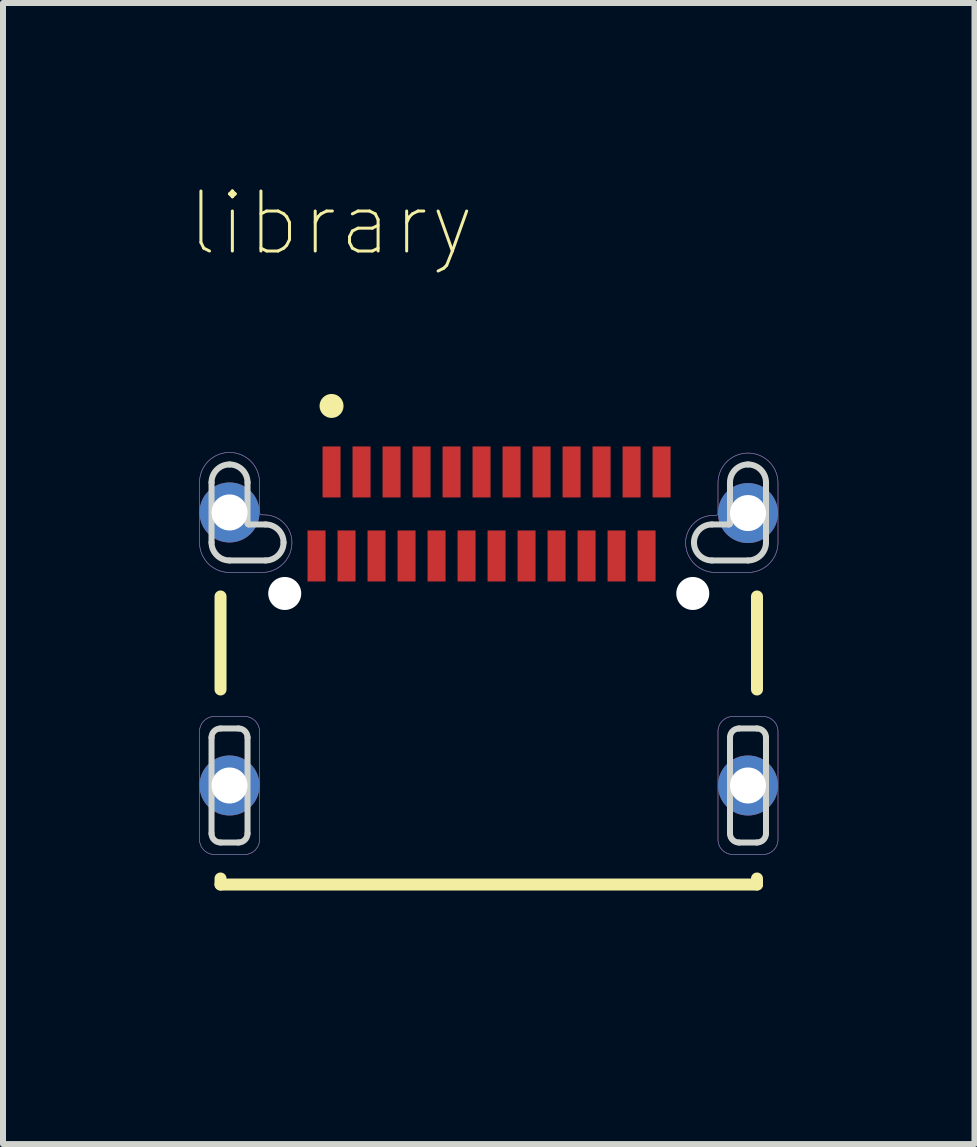
<source format=kicad_pcb>
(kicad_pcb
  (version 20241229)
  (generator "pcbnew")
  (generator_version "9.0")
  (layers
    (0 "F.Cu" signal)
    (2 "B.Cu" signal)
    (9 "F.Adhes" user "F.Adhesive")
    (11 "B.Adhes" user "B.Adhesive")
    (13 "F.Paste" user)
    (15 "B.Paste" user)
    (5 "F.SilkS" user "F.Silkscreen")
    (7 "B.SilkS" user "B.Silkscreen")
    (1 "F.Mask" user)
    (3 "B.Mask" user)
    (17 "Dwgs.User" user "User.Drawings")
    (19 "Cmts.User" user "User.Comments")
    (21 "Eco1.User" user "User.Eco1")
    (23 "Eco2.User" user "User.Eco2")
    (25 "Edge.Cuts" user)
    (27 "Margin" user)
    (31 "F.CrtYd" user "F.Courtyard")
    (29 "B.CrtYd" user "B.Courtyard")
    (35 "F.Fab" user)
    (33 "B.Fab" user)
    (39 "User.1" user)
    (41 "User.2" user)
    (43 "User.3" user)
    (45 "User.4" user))
  (footprint "library"
    (layer "F.Cu")
    (at 5.095 5.49)
    (property "Reference" "library" (at -2.63 -4.817 0) (layer "F.SilkS") (effects (font (size 1 1) (thickness 0.05))))
    (attr smd)
    (fp_poly (pts (xy -4.07 5.7) (xy -4.57 5.7) (xy -4.583 5.7) (xy -4.596 5.699) (xy -4.609 5.697) (xy -4.622 5.695) (xy -4.635 5.691) (xy -4.647 5.688) (xy -4.66 5.683) (xy -4.672 5.678) (xy -4.684 5.673) (xy -4.695 5.667) (xy -4.706 5.66) (xy -4.717 5.652) (xy -4.727 5.644) (xy -4.737 5.636) (xy -4.747 5.627) (xy -4.756 5.617) (xy -4.764 5.607) (xy -4.772 5.597) (xy -4.78 5.586) (xy -4.787 5.575) (xy -4.793 5.564) (xy -4.798 5.552) (xy -4.803 5.54) (xy -4.808 5.527) (xy -4.811 5.515) (xy -4.815 5.502) (xy -4.817 5.489) (xy -4.819 5.476) (xy -4.82 5.463) (xy -4.82 5.45) (xy -4.82 3.65) (xy -4.82 3.637) (xy -4.819 3.624) (xy -4.817 3.611) (xy -4.815 3.598) (xy -4.811 3.585) (xy -4.808 3.573) (xy -4.803 3.56) (xy -4.798 3.548) (xy -4.793 3.537) (xy -4.787 3.525) (xy -4.78 3.514) (xy -4.772 3.503) (xy -4.764 3.493) (xy -4.756 3.483) (xy -4.747 3.473) (xy -4.737 3.464) (xy -4.727 3.456) (xy -4.717 3.448) (xy -4.706 3.44) (xy -4.695 3.433) (xy -4.684 3.427) (xy -4.672 3.422) (xy -4.66 3.417) (xy -4.647 3.412) (xy -4.635 3.409) (xy -4.622 3.405) (xy -4.609 3.403) (xy -4.596 3.401) (xy -4.583 3.4) (xy -4.57 3.4) (xy -4.07 3.4) (xy -4.057 3.4) (xy -4.044 3.401) (xy -4.031 3.403) (xy -4.018 3.405) (xy -4.005 3.409) (xy -3.993 3.412) (xy -3.98 3.417) (xy -3.968 3.422) (xy -3.957 3.427) (xy -3.945 3.433) (xy -3.934 3.44) (xy -3.923 3.448) (xy -3.913 3.456) (xy -3.903 3.464) (xy -3.893 3.473) (xy -3.884 3.483) (xy -3.876 3.493) (xy -3.868 3.503) (xy -3.86 3.514) (xy -3.853 3.525) (xy -3.847 3.537) (xy -3.842 3.548) (xy -3.837 3.56) (xy -3.832 3.573) (xy -3.829 3.585) (xy -3.825 3.598) (xy -3.823 3.611) (xy -3.821 3.624) (xy -3.82 3.637) (xy -3.82 3.65) (xy -3.82 5.45) (xy -3.82 5.463) (xy -3.821 5.476) (xy -3.823 5.489) (xy -3.825 5.502) (xy -3.829 5.515) (xy -3.832 5.527) (xy -3.837 5.54) (xy -3.842 5.552) (xy -3.847 5.564) (xy -3.853 5.575) (xy -3.86 5.586) (xy -3.868 5.597) (xy -3.876 5.607) (xy -3.884 5.617) (xy -3.893 5.627) (xy -3.903 5.636) (xy -3.913 5.644) (xy -3.923 5.652) (xy -3.934 5.66) (xy -3.945 5.667) (xy -3.957 5.673) (xy -3.968 5.678) (xy -3.98 5.683) (xy -3.993 5.688) (xy -4.005 5.691) (xy -4.018 5.695) (xy -4.031 5.697) (xy -4.044 5.699) (xy -4.057 5.7)) (stroke (width 0.01) (type solid)) (fill no) (layer "F.Cu"))
    (fp_poly (pts (xy 4.57 5.7) (xy 4.07 5.7) (xy 4.057 5.7) (xy 4.044 5.699) (xy 4.031 5.697) (xy 4.018 5.695) (xy 4.005 5.691) (xy 3.993 5.688) (xy 3.98 5.683) (xy 3.968 5.678) (xy 3.957 5.673) (xy 3.945 5.667) (xy 3.934 5.66) (xy 3.923 5.652) (xy 3.913 5.644) (xy 3.903 5.636) (xy 3.893 5.627) (xy 3.884 5.617) (xy 3.876 5.607) (xy 3.868 5.597) (xy 3.86 5.586) (xy 3.853 5.575) (xy 3.847 5.564) (xy 3.842 5.552) (xy 3.837 5.54) (xy 3.832 5.527) (xy 3.829 5.515) (xy 3.825 5.502) (xy 3.823 5.489) (xy 3.821 5.476) (xy 3.82 5.463) (xy 3.82 5.45) (xy 3.82 3.65) (xy 3.82 3.637) (xy 3.821 3.624) (xy 3.823 3.611) (xy 3.825 3.598) (xy 3.829 3.585) (xy 3.832 3.573) (xy 3.837 3.56) (xy 3.842 3.548) (xy 3.847 3.537) (xy 3.853 3.525) (xy 3.86 3.514) (xy 3.868 3.503) (xy 3.876 3.493) (xy 3.884 3.483) (xy 3.893 3.473) (xy 3.903 3.464) (xy 3.913 3.456) (xy 3.923 3.448) (xy 3.934 3.44) (xy 3.945 3.433) (xy 3.957 3.427) (xy 3.968 3.422) (xy 3.98 3.417) (xy 3.993 3.412) (xy 4.005 3.409) (xy 4.018 3.405) (xy 4.031 3.403) (xy 4.044 3.401) (xy 4.057 3.4) (xy 4.07 3.4) (xy 4.57 3.4) (xy 4.583 3.4) (xy 4.596 3.401) (xy 4.609 3.403) (xy 4.622 3.405) (xy 4.635 3.409) (xy 4.647 3.412) (xy 4.66 3.417) (xy 4.672 3.422) (xy 4.684 3.427) (xy 4.695 3.433) (xy 4.706 3.44) (xy 4.717 3.448) (xy 4.727 3.456) (xy 4.737 3.464) (xy 4.747 3.473) (xy 4.756 3.483) (xy 4.764 3.493) (xy 4.772 3.503) (xy 4.78 3.514) (xy 4.787 3.525) (xy 4.793 3.537) (xy 4.798 3.548) (xy 4.803 3.56) (xy 4.808 3.573) (xy 4.811 3.585) (xy 4.815 3.598) (xy 4.817 3.611) (xy 4.819 3.624) (xy 4.82 3.637) (xy 4.82 3.65) (xy 4.82 5.45) (xy 4.82 5.463) (xy 4.819 5.476) (xy 4.817 5.489) (xy 4.815 5.502) (xy 4.811 5.515) (xy 4.808 5.527) (xy 4.803 5.54) (xy 4.798 5.552) (xy 4.793 5.564) (xy 4.787 5.575) (xy 4.78 5.586) (xy 4.772 5.597) (xy 4.764 5.607) (xy 4.756 5.617) (xy 4.747 5.627) (xy 4.737 5.636) (xy 4.727 5.644) (xy 4.717 5.652) (xy 4.706 5.66) (xy 4.695 5.667) (xy 4.684 5.673) (xy 4.672 5.678) (xy 4.66 5.683) (xy 4.647 5.688) (xy 4.635 5.691) (xy 4.622 5.695) (xy 4.609 5.697) (xy 4.596 5.699) (xy 4.583 5.7)) (stroke (width 0.01) (type solid)) (fill no) (layer "F.Cu"))
    (fp_poly (pts (xy 4.82 0.5) (xy 4.82 -0.49) (xy 4.819 -0.516) (xy 4.817 -0.542) (xy 4.814 -0.568) (xy 4.809 -0.594) (xy 4.803 -0.619) (xy 4.796 -0.645) (xy 4.787 -0.669) (xy 4.777 -0.693) (xy 4.766 -0.717) (xy 4.753 -0.74) (xy 4.739 -0.762) (xy 4.725 -0.784) (xy 4.709 -0.805) (xy 4.692 -0.825) (xy 4.674 -0.844) (xy 4.655 -0.862) (xy 4.635 -0.879) (xy 4.614 -0.895) (xy 4.592 -0.909) (xy 4.57 -0.923) (xy 4.547 -0.936) (xy 4.523 -0.947) (xy 4.499 -0.957) (xy 4.475 -0.966) (xy 4.449 -0.973) (xy 4.424 -0.979) (xy 4.398 -0.984) (xy 4.372 -0.987) (xy 4.346 -0.989) (xy 4.32 -0.99) (xy 4.294 -0.989) (xy 4.268 -0.987) (xy 4.242 -0.984) (xy 4.216 -0.979) (xy 4.191 -0.973) (xy 4.165 -0.966) (xy 4.141 -0.957) (xy 4.117 -0.947) (xy 4.093 -0.936) (xy 4.07 -0.923) (xy 4.048 -0.909) (xy 4.026 -0.895) (xy 4.005 -0.879) (xy 3.985 -0.862) (xy 3.966 -0.844) (xy 3.948 -0.825) (xy 3.931 -0.805) (xy 3.915 -0.784) (xy 3.901 -0.762) (xy 3.887 -0.74) (xy 3.874 -0.717) (xy 3.863 -0.693) (xy 3.853 -0.669) (xy 3.844 -0.645) (xy 3.837 -0.619) (xy 3.831 -0.594) (xy 3.826 -0.568) (xy 3.823 -0.542) (xy 3.821 -0.516) (xy 3.82 -0.49) (xy 3.82 0.01) (xy 3.82 0.012) (xy 3.82 0.014) (xy 3.82 0.016) (xy 3.819 0.018) (xy 3.819 0.02) (xy 3.818 0.022) (xy 3.817 0.024) (xy 3.817 0.026) (xy 3.816 0.028) (xy 3.815 0.03) (xy 3.814 0.032) (xy 3.812 0.034) (xy 3.811 0.035) (xy 3.81 0.037) (xy 3.808 0.038) (xy 3.807 0.04) (xy 3.805 0.041) (xy 3.804 0.042) (xy 3.802 0.044) (xy 3.8 0.045) (xy 3.798 0.046) (xy 3.796 0.047) (xy 3.794 0.047) (xy 3.792 0.048) (xy 3.79 0.049) (xy 3.788 0.049) (xy 3.786 0.05) (xy 3.784 0.05) (xy 3.782 0.05) (xy 3.78 0.05) (xy 3.74 0.05) (xy 3.719 0.05) (xy 3.695 0.052) (xy 3.672 0.054) (xy 3.648 0.058) (xy 3.625 0.063) (xy 3.602 0.07) (xy 3.579 0.077) (xy 3.557 0.086) (xy 3.536 0.096) (xy 3.514 0.107) (xy 3.494 0.119) (xy 3.474 0.132) (xy 3.455 0.146) (xy 3.436 0.162) (xy 3.419 0.178) (xy 3.402 0.195) (xy 3.386 0.213) (xy 3.372 0.231) (xy 3.358 0.251) (xy 3.345 0.271) (xy 3.333 0.291) (xy 3.323 0.313) (xy 3.313 0.335) (xy 3.305 0.357) (xy 3.298 0.38) (xy 3.292 0.403) (xy 3.287 0.426) (xy 3.283 0.45) (xy 3.281 0.473) (xy 3.28 0.5) (xy 3.281 0.526) (xy 3.283 0.552) (xy 3.286 0.578) (xy 3.291 0.604) (xy 3.297 0.629) (xy 3.304 0.655) (xy 3.313 0.679) (xy 3.323 0.703) (xy 3.334 0.727) (xy 3.347 0.75) (xy 3.361 0.772) (xy 3.375 0.794) (xy 3.391 0.815) (xy 3.408 0.835) (xy 3.426 0.854) (xy 3.445 0.872) (xy 3.465 0.889) (xy 3.486 0.905) (xy 3.508 0.919) (xy 3.53 0.933) (xy 3.553 0.946) (xy 3.577 0.957) (xy 3.601 0.967) (xy 3.625 0.976) (xy 3.651 0.983) (xy 3.676 0.989) (xy 3.702 0.994) (xy 3.728 0.997) (xy 3.754 0.999) (xy 3.78 1) (xy 4.32 1) (xy 4.346 0.999) (xy 4.372 0.997) (xy 4.398 0.994) (xy 4.424 0.989) (xy 4.449 0.983) (xy 4.475 0.976) (xy 4.499 0.967) (xy 4.523 0.957) (xy 4.547 0.946) (xy 4.57 0.933) (xy 4.592 0.919) (xy 4.614 0.905) (xy 4.635 0.889) (xy 4.655 0.872) (xy 4.674 0.854) (xy 4.692 0.835) (xy 4.709 0.815) (xy 4.725 0.794) (xy 4.739 0.772) (xy 4.753 0.75) (xy 4.766 0.727) (xy 4.777 0.703) (xy 4.787 0.679) (xy 4.796 0.655) (xy 4.803 0.629) (xy 4.809 0.604) (xy 4.814 0.578) (xy 4.817 0.552) (xy 4.819 0.526)) (stroke (width 0.01) (type solid)) (fill no) (layer "F.Cu"))
    (fp_poly (pts (xy -4.82 0) (xy -4.82 -0.5) (xy -4.819 -0.526) (xy -4.817 -0.552) (xy -4.814 -0.578) (xy -4.809 -0.604) (xy -4.803 -0.629) (xy -4.796 -0.655) (xy -4.787 -0.679) (xy -4.777 -0.703) (xy -4.766 -0.727) (xy -4.753 -0.75) (xy -4.739 -0.772) (xy -4.725 -0.794) (xy -4.709 -0.815) (xy -4.692 -0.835) (xy -4.674 -0.854) (xy -4.655 -0.872) (xy -4.635 -0.889) (xy -4.614 -0.905) (xy -4.592 -0.919) (xy -4.57 -0.933) (xy -4.547 -0.946) (xy -4.523 -0.957) (xy -4.499 -0.967) (xy -4.475 -0.976) (xy -4.449 -0.983) (xy -4.424 -0.989) (xy -4.398 -0.994) (xy -4.372 -0.997) (xy -4.346 -0.999) (xy -4.32 -1) (xy -4.294 -0.999) (xy -4.268 -0.997) (xy -4.242 -0.994) (xy -4.216 -0.989) (xy -4.191 -0.983) (xy -4.165 -0.976) (xy -4.141 -0.967) (xy -4.117 -0.957) (xy -4.093 -0.946) (xy -4.07 -0.933) (xy -4.048 -0.919) (xy -4.026 -0.905) (xy -4.005 -0.889) (xy -3.985 -0.872) (xy -3.966 -0.854) (xy -3.948 -0.835) (xy -3.931 -0.815) (xy -3.915 -0.794) (xy -3.901 -0.772) (xy -3.887 -0.75) (xy -3.874 -0.727) (xy -3.863 -0.703) (xy -3.853 -0.679) (xy -3.844 -0.655) (xy -3.837 -0.629) (xy -3.831 -0.604) (xy -3.826 -0.578) (xy -3.823 -0.552) (xy -3.821 -0.526) (xy -3.82 -0.5) (xy -3.82 0) (xy -3.82 0.002) (xy -3.82 0.004) (xy -3.82 0.006) (xy -3.819 0.008) (xy -3.819 0.01) (xy -3.818 0.012) (xy -3.817 0.014) (xy -3.817 0.016) (xy -3.816 0.018) (xy -3.815 0.02) (xy -3.814 0.022) (xy -3.812 0.024) (xy -3.811 0.025) (xy -3.81 0.027) (xy -3.808 0.028) (xy -3.807 0.03) (xy -3.805 0.031) (xy -3.804 0.032) (xy -3.802 0.034) (xy -3.8 0.035) (xy -3.798 0.036) (xy -3.796 0.037) (xy -3.794 0.037) (xy -3.792 0.038) (xy -3.79 0.039) (xy -3.788 0.039) (xy -3.786 0.04) (xy -3.784 0.04) (xy -3.782 0.04) (xy -3.78 0.04) (xy -3.74 0.04) (xy -3.716 0.041) (xy -3.692 0.043) (xy -3.668 0.046) (xy -3.644 0.05) (xy -3.621 0.056) (xy -3.598 0.063) (xy -3.575 0.071) (xy -3.553 0.08) (xy -3.531 0.09) (xy -3.51 0.102) (xy -3.489 0.114) (xy -3.47 0.128) (xy -3.451 0.143) (xy -3.432 0.158) (xy -3.415 0.175) (xy -3.398 0.192) (xy -3.383 0.211) (xy -3.368 0.23) (xy -3.354 0.249) (xy -3.342 0.27) (xy -3.33 0.291) (xy -3.32 0.313) (xy -3.311 0.335) (xy -3.303 0.358) (xy -3.296 0.381) (xy -3.29 0.404) (xy -3.286 0.428) (xy -3.283 0.452) (xy -3.281 0.476) (xy -3.28 0.5) (xy -3.281 0.526) (xy -3.283 0.552) (xy -3.286 0.578) (xy -3.291 0.604) (xy -3.297 0.629) (xy -3.304 0.655) (xy -3.313 0.679) (xy -3.323 0.703) (xy -3.334 0.727) (xy -3.347 0.75) (xy -3.361 0.772) (xy -3.375 0.794) (xy -3.391 0.815) (xy -3.408 0.835) (xy -3.426 0.854) (xy -3.445 0.872) (xy -3.465 0.889) (xy -3.486 0.905) (xy -3.508 0.919) (xy -3.53 0.933) (xy -3.553 0.946) (xy -3.577 0.957) (xy -3.601 0.967) (xy -3.625 0.976) (xy -3.651 0.983) (xy -3.676 0.989) (xy -3.702 0.994) (xy -3.728 0.997) (xy -3.754 0.999) (xy -3.78 1) (xy -4.32 1) (xy -4.346 0.999) (xy -4.372 0.997) (xy -4.398 0.994) (xy -4.424 0.989) (xy -4.449 0.983) (xy -4.475 0.976) (xy -4.499 0.967) (xy -4.523 0.957) (xy -4.547 0.946) (xy -4.57 0.933) (xy -4.592 0.919) (xy -4.614 0.905) (xy -4.635 0.889) (xy -4.655 0.872) (xy -4.674 0.854) (xy -4.692 0.835) (xy -4.709 0.815) (xy -4.725 0.794) (xy -4.739 0.772) (xy -4.753 0.75) (xy -4.766 0.727) (xy -4.777 0.703) (xy -4.787 0.679) (xy -4.796 0.655) (xy -4.803 0.629) (xy -4.809 0.604) (xy -4.814 0.578) (xy -4.817 0.552) (xy -4.819 0.526) (xy -4.82 0.5)) (stroke (width 0.01) (type solid)) (fill no) (layer "F.Cu"))
    (fp_poly (pts (xy -3.02 0.3) (xy -2.72 0.3) (xy -2.72 1.15) (xy -3.02 1.15)) (stroke (width 0.1) (type solid)) (fill no) (layer "F.Mask"))
    (fp_poly (pts (xy -2.77 -1.1) (xy -2.47 -1.1) (xy -2.47 -0.25) (xy -2.77 -0.25)) (stroke (width 0.1) (type solid)) (fill no) (layer "F.Mask"))
    (fp_poly (pts (xy -2.52 0.3) (xy -2.22 0.3) (xy -2.22 1.15) (xy -2.52 1.15)) (stroke (width 0.1) (type solid)) (fill no) (layer "F.Mask"))
    (fp_poly (pts (xy -2.27 -1.1) (xy -1.97 -1.1) (xy -1.97 -0.25) (xy -2.27 -0.25)) (stroke (width 0.1) (type solid)) (fill no) (layer "F.Mask"))
    (fp_poly (pts (xy -2.02 0.3) (xy -1.72 0.3) (xy -1.72 1.15) (xy -2.02 1.15)) (stroke (width 0.1) (type solid)) (fill no) (layer "F.Mask"))
    (fp_poly (pts (xy -1.77 -1.1) (xy -1.47 -1.1) (xy -1.47 -0.25) (xy -1.77 -0.25)) (stroke (width 0.1) (type solid)) (fill no) (layer "F.Mask"))
    (fp_poly (pts (xy -1.52 0.3) (xy -1.22 0.3) (xy -1.22 1.15) (xy -1.52 1.15)) (stroke (width 0.1) (type solid)) (fill no) (layer "F.Mask"))
    (fp_poly (pts (xy -1.27 -1.1) (xy -0.97 -1.1) (xy -0.97 -0.25) (xy -1.27 -0.25)) (stroke (width 0.1) (type solid)) (fill no) (layer "F.Mask"))
    (fp_poly (pts (xy -1.02 0.3) (xy -0.72 0.3) (xy -0.72 1.15) (xy -1.02 1.15)) (stroke (width 0.1) (type solid)) (fill no) (layer "F.Mask"))
    (fp_poly (pts (xy -0.77 -1.1) (xy -0.47 -1.1) (xy -0.47 -0.25) (xy -0.77 -0.25)) (stroke (width 0.1) (type solid)) (fill no) (layer "F.Mask"))
    (fp_poly (pts (xy -0.52 0.3) (xy -0.22 0.3) (xy -0.22 1.15) (xy -0.52 1.15)) (stroke (width 0.1) (type solid)) (fill no) (layer "F.Mask"))
    (fp_poly (pts (xy -0.27 -1.1) (xy 0.03 -1.1) (xy 0.03 -0.25) (xy -0.27 -0.25)) (stroke (width 0.1) (type solid)) (fill no) (layer "F.Mask"))
    (fp_poly (pts (xy -0.02 0.3) (xy 0.28 0.3) (xy 0.28 1.15) (xy -0.02 1.15)) (stroke (width 0.1) (type solid)) (fill no) (layer "F.Mask"))
    (fp_poly (pts (xy 0.23 -1.1) (xy 0.53 -1.1) (xy 0.53 -0.25) (xy 0.23 -0.25)) (stroke (width 0.1) (type solid)) (fill no) (layer "F.Mask"))
    (fp_poly (pts (xy 0.48 0.3) (xy 0.78 0.3) (xy 0.78 1.15) (xy 0.48 1.15)) (stroke (width 0.1) (type solid)) (fill no) (layer "F.Mask"))
    (fp_poly (pts (xy 0.73 -1.1) (xy 1.03 -1.1) (xy 1.03 -0.25) (xy 0.73 -0.25)) (stroke (width 0.1) (type solid)) (fill no) (layer "F.Mask"))
    (fp_poly (pts (xy 0.98 0.3) (xy 1.28 0.3) (xy 1.28 1.15) (xy 0.98 1.15)) (stroke (width 0.1) (type solid)) (fill no) (layer "F.Mask"))
    (fp_poly (pts (xy 1.23 -1.1) (xy 1.53 -1.1) (xy 1.53 -0.25) (xy 1.23 -0.25)) (stroke (width 0.1) (type solid)) (fill no) (layer "F.Mask"))
    (fp_poly (pts (xy 1.48 0.3) (xy 1.78 0.3) (xy 1.78 1.15) (xy 1.48 1.15)) (stroke (width 0.1) (type solid)) (fill no) (layer "F.Mask"))
    (fp_poly (pts (xy 1.73 -1.1) (xy 2.03 -1.1) (xy 2.03 -0.25) (xy 1.73 -0.25)) (stroke (width 0.1) (type solid)) (fill no) (layer "F.Mask"))
    (fp_poly (pts (xy 1.98 0.3) (xy 2.28 0.3) (xy 2.28 1.15) (xy 1.98 1.15)) (stroke (width 0.1) (type solid)) (fill no) (layer "F.Mask"))
    (fp_poly (pts (xy 2.23 -1.1) (xy 2.53 -1.1) (xy 2.53 -0.25) (xy 2.23 -0.25)) (stroke (width 0.1) (type solid)) (fill no) (layer "F.Mask"))
    (fp_poly (pts (xy 2.48 0.3) (xy 2.78 0.3) (xy 2.78 1.15) (xy 2.48 1.15)) (stroke (width 0.1) (type solid)) (fill no) (layer "F.Mask"))
    (fp_poly (pts (xy 2.73 -1.1) (xy 3.03 -1.1) (xy 3.03 -0.25) (xy 2.73 -0.25)) (stroke (width 0.1) (type solid)) (fill no) (layer "F.Mask"))
    (fp_poly (pts (xy -4.07 5.7) (xy -4.57 5.7) (xy -4.583 5.7) (xy -4.596 5.699) (xy -4.609 5.697) (xy -4.622 5.695) (xy -4.635 5.691) (xy -4.647 5.688) (xy -4.66 5.683) (xy -4.672 5.678) (xy -4.684 5.673) (xy -4.695 5.667) (xy -4.706 5.66) (xy -4.717 5.652) (xy -4.727 5.644) (xy -4.737 5.636) (xy -4.747 5.627) (xy -4.756 5.617) (xy -4.764 5.607) (xy -4.772 5.597) (xy -4.78 5.586) (xy -4.787 5.575) (xy -4.793 5.564) (xy -4.798 5.552) (xy -4.803 5.54) (xy -4.808 5.527) (xy -4.811 5.515) (xy -4.815 5.502) (xy -4.817 5.489) (xy -4.819 5.476) (xy -4.82 5.463) (xy -4.82 5.45) (xy -4.82 3.65) (xy -4.82 3.637) (xy -4.819 3.624) (xy -4.817 3.611) (xy -4.815 3.598) (xy -4.811 3.585) (xy -4.808 3.573) (xy -4.803 3.56) (xy -4.798 3.548) (xy -4.793 3.537) (xy -4.787 3.525) (xy -4.78 3.514) (xy -4.772 3.503) (xy -4.764 3.493) (xy -4.756 3.483) (xy -4.747 3.473) (xy -4.737 3.464) (xy -4.727 3.456) (xy -4.717 3.448) (xy -4.706 3.44) (xy -4.695 3.433) (xy -4.684 3.427) (xy -4.672 3.422) (xy -4.66 3.417) (xy -4.647 3.412) (xy -4.635 3.409) (xy -4.622 3.405) (xy -4.609 3.403) (xy -4.596 3.401) (xy -4.583 3.4) (xy -4.57 3.4) (xy -4.07 3.4) (xy -4.057 3.4) (xy -4.044 3.401) (xy -4.031 3.403) (xy -4.018 3.405) (xy -4.005 3.409) (xy -3.993 3.412) (xy -3.98 3.417) (xy -3.968 3.422) (xy -3.957 3.427) (xy -3.945 3.433) (xy -3.934 3.44) (xy -3.923 3.448) (xy -3.913 3.456) (xy -3.903 3.464) (xy -3.893 3.473) (xy -3.884 3.483) (xy -3.876 3.493) (xy -3.868 3.503) (xy -3.86 3.514) (xy -3.853 3.525) (xy -3.847 3.537) (xy -3.842 3.548) (xy -3.837 3.56) (xy -3.832 3.573) (xy -3.829 3.585) (xy -3.825 3.598) (xy -3.823 3.611) (xy -3.821 3.624) (xy -3.82 3.637) (xy -3.82 3.65) (xy -3.82 5.45) (xy -3.82 5.463) (xy -3.821 5.476) (xy -3.823 5.489) (xy -3.825 5.502) (xy -3.829 5.515) (xy -3.832 5.527) (xy -3.837 5.54) (xy -3.842 5.552) (xy -3.847 5.564) (xy -3.853 5.575) (xy -3.86 5.586) (xy -3.868 5.597) (xy -3.876 5.607) (xy -3.884 5.617) (xy -3.893 5.627) (xy -3.903 5.636) (xy -3.913 5.644) (xy -3.923 5.652) (xy -3.934 5.66) (xy -3.945 5.667) (xy -3.957 5.673) (xy -3.968 5.678) (xy -3.98 5.683) (xy -3.993 5.688) (xy -4.005 5.691) (xy -4.018 5.695) (xy -4.031 5.697) (xy -4.044 5.699) (xy -4.057 5.7)) (stroke (width 0.01) (type solid)) (fill no) (layer "F.Mask"))
    (fp_poly (pts (xy 4.57 5.7) (xy 4.07 5.7) (xy 4.057 5.7) (xy 4.044 5.699) (xy 4.031 5.697) (xy 4.018 5.695) (xy 4.005 5.691) (xy 3.993 5.688) (xy 3.98 5.683) (xy 3.968 5.678) (xy 3.957 5.673) (xy 3.945 5.667) (xy 3.934 5.66) (xy 3.923 5.652) (xy 3.913 5.644) (xy 3.903 5.636) (xy 3.893 5.627) (xy 3.884 5.617) (xy 3.876 5.607) (xy 3.868 5.597) (xy 3.86 5.586) (xy 3.853 5.575) (xy 3.847 5.564) (xy 3.842 5.552) (xy 3.837 5.54) (xy 3.832 5.527) (xy 3.829 5.515) (xy 3.825 5.502) (xy 3.823 5.489) (xy 3.821 5.476) (xy 3.82 5.463) (xy 3.82 5.45) (xy 3.82 3.65) (xy 3.82 3.637) (xy 3.821 3.624) (xy 3.823 3.611) (xy 3.825 3.598) (xy 3.829 3.585) (xy 3.832 3.573) (xy 3.837 3.56) (xy 3.842 3.548) (xy 3.847 3.537) (xy 3.853 3.525) (xy 3.86 3.514) (xy 3.868 3.503) (xy 3.876 3.493) (xy 3.884 3.483) (xy 3.893 3.473) (xy 3.903 3.464) (xy 3.913 3.456) (xy 3.923 3.448) (xy 3.934 3.44) (xy 3.945 3.433) (xy 3.957 3.427) (xy 3.968 3.422) (xy 3.98 3.417) (xy 3.993 3.412) (xy 4.005 3.409) (xy 4.018 3.405) (xy 4.031 3.403) (xy 4.044 3.401) (xy 4.057 3.4) (xy 4.07 3.4) (xy 4.57 3.4) (xy 4.583 3.4) (xy 4.596 3.401) (xy 4.609 3.403) (xy 4.622 3.405) (xy 4.635 3.409) (xy 4.647 3.412) (xy 4.66 3.417) (xy 4.672 3.422) (xy 4.684 3.427) (xy 4.695 3.433) (xy 4.706 3.44) (xy 4.717 3.448) (xy 4.727 3.456) (xy 4.737 3.464) (xy 4.747 3.473) (xy 4.756 3.483) (xy 4.764 3.493) (xy 4.772 3.503) (xy 4.78 3.514) (xy 4.787 3.525) (xy 4.793 3.537) (xy 4.798 3.548) (xy 4.803 3.56) (xy 4.808 3.573) (xy 4.811 3.585) (xy 4.815 3.598) (xy 4.817 3.611) (xy 4.819 3.624) (xy 4.82 3.637) (xy 4.82 3.65) (xy 4.82 5.45) (xy 4.82 5.463) (xy 4.819 5.476) (xy 4.817 5.489) (xy 4.815 5.502) (xy 4.811 5.515) (xy 4.808 5.527) (xy 4.803 5.54) (xy 4.798 5.552) (xy 4.793 5.564) (xy 4.787 5.575) (xy 4.78 5.586) (xy 4.772 5.597) (xy 4.764 5.607) (xy 4.756 5.617) (xy 4.747 5.627) (xy 4.737 5.636) (xy 4.727 5.644) (xy 4.717 5.652) (xy 4.706 5.66) (xy 4.695 5.667) (xy 4.684 5.673) (xy 4.672 5.678) (xy 4.66 5.683) (xy 4.647 5.688) (xy 4.635 5.691) (xy 4.622 5.695) (xy 4.609 5.697) (xy 4.596 5.699) (xy 4.583 5.7)) (stroke (width 0.01) (type solid)) (fill no) (layer "F.Mask"))
    (fp_poly (pts (xy 4.82 0.5) (xy 4.82 -0.49) (xy 4.819 -0.516) (xy 4.817 -0.542) (xy 4.814 -0.568) (xy 4.809 -0.594) (xy 4.803 -0.619) (xy 4.796 -0.645) (xy 4.787 -0.669) (xy 4.777 -0.693) (xy 4.766 -0.717) (xy 4.753 -0.74) (xy 4.739 -0.762) (xy 4.725 -0.784) (xy 4.709 -0.805) (xy 4.692 -0.825) (xy 4.674 -0.844) (xy 4.655 -0.862) (xy 4.635 -0.879) (xy 4.614 -0.895) (xy 4.592 -0.909) (xy 4.57 -0.923) (xy 4.547 -0.936) (xy 4.523 -0.947) (xy 4.499 -0.957) (xy 4.475 -0.966) (xy 4.449 -0.973) (xy 4.424 -0.979) (xy 4.398 -0.984) (xy 4.372 -0.987) (xy 4.346 -0.989) (xy 4.32 -0.99) (xy 4.294 -0.989) (xy 4.268 -0.987) (xy 4.242 -0.984) (xy 4.216 -0.979) (xy 4.191 -0.973) (xy 4.165 -0.966) (xy 4.141 -0.957) (xy 4.117 -0.947) (xy 4.093 -0.936) (xy 4.07 -0.923) (xy 4.048 -0.909) (xy 4.026 -0.895) (xy 4.005 -0.879) (xy 3.985 -0.862) (xy 3.966 -0.844) (xy 3.948 -0.825) (xy 3.931 -0.805) (xy 3.915 -0.784) (xy 3.901 -0.762) (xy 3.887 -0.74) (xy 3.874 -0.717) (xy 3.863 -0.693) (xy 3.853 -0.669) (xy 3.844 -0.645) (xy 3.837 -0.619) (xy 3.831 -0.594) (xy 3.826 -0.568) (xy 3.823 -0.542) (xy 3.821 -0.516) (xy 3.82 -0.49) (xy 3.82 0.01) (xy 3.82 0.012) (xy 3.82 0.014) (xy 3.82 0.016) (xy 3.819 0.018) (xy 3.819 0.02) (xy 3.818 0.022) (xy 3.817 0.024) (xy 3.817 0.026) (xy 3.816 0.028) (xy 3.815 0.03) (xy 3.814 0.032) (xy 3.812 0.034) (xy 3.811 0.035) (xy 3.81 0.037) (xy 3.808 0.038) (xy 3.807 0.04) (xy 3.805 0.041) (xy 3.804 0.042) (xy 3.802 0.044) (xy 3.8 0.045) (xy 3.798 0.046) (xy 3.796 0.047) (xy 3.794 0.047) (xy 3.792 0.048) (xy 3.79 0.049) (xy 3.788 0.049) (xy 3.786 0.05) (xy 3.784 0.05) (xy 3.782 0.05) (xy 3.78 0.05) (xy 3.74 0.05) (xy 3.719 0.05) (xy 3.695 0.052) (xy 3.672 0.054) (xy 3.648 0.058) (xy 3.625 0.063) (xy 3.602 0.07) (xy 3.579 0.077) (xy 3.557 0.086) (xy 3.536 0.096) (xy 3.514 0.107) (xy 3.494 0.119) (xy 3.474 0.132) (xy 3.455 0.146) (xy 3.436 0.162) (xy 3.419 0.178) (xy 3.402 0.195) (xy 3.386 0.213) (xy 3.372 0.231) (xy 3.358 0.251) (xy 3.345 0.271) (xy 3.333 0.291) (xy 3.323 0.313) (xy 3.313 0.335) (xy 3.305 0.357) (xy 3.298 0.38) (xy 3.292 0.403) (xy 3.287 0.426) (xy 3.283 0.45) (xy 3.281 0.473) (xy 3.28 0.5) (xy 3.281 0.526) (xy 3.283 0.552) (xy 3.286 0.578) (xy 3.291 0.604) (xy 3.297 0.629) (xy 3.304 0.655) (xy 3.313 0.679) (xy 3.323 0.703) (xy 3.334 0.727) (xy 3.347 0.75) (xy 3.361 0.772) (xy 3.375 0.794) (xy 3.391 0.815) (xy 3.408 0.835) (xy 3.426 0.854) (xy 3.445 0.872) (xy 3.465 0.889) (xy 3.486 0.905) (xy 3.508 0.919) (xy 3.53 0.933) (xy 3.553 0.946) (xy 3.577 0.957) (xy 3.601 0.967) (xy 3.625 0.976) (xy 3.651 0.983) (xy 3.676 0.989) (xy 3.702 0.994) (xy 3.728 0.997) (xy 3.754 0.999) (xy 3.78 1) (xy 4.32 1) (xy 4.346 0.999) (xy 4.372 0.997) (xy 4.398 0.994) (xy 4.424 0.989) (xy 4.449 0.983) (xy 4.475 0.976) (xy 4.499 0.967) (xy 4.523 0.957) (xy 4.547 0.946) (xy 4.57 0.933) (xy 4.592 0.919) (xy 4.614 0.905) (xy 4.635 0.889) (xy 4.655 0.872) (xy 4.674 0.854) (xy 4.692 0.835) (xy 4.709 0.815) (xy 4.725 0.794) (xy 4.739 0.772) (xy 4.753 0.75) (xy 4.766 0.727) (xy 4.777 0.703) (xy 4.787 0.679) (xy 4.796 0.655) (xy 4.803 0.629) (xy 4.809 0.604) (xy 4.814 0.578) (xy 4.817 0.552) (xy 4.819 0.526)) (stroke (width 0.01) (type solid)) (fill no) (layer "F.Mask"))
    (fp_poly (pts (xy -4.82 0) (xy -4.82 -0.5) (xy -4.819 -0.526) (xy -4.817 -0.552) (xy -4.814 -0.578) (xy -4.809 -0.604) (xy -4.803 -0.629) (xy -4.796 -0.655) (xy -4.787 -0.679) (xy -4.777 -0.703) (xy -4.766 -0.727) (xy -4.753 -0.75) (xy -4.739 -0.772) (xy -4.725 -0.794) (xy -4.709 -0.815) (xy -4.692 -0.835) (xy -4.674 -0.854) (xy -4.655 -0.872) (xy -4.635 -0.889) (xy -4.614 -0.905) (xy -4.592 -0.919) (xy -4.57 -0.933) (xy -4.547 -0.946) (xy -4.523 -0.957) (xy -4.499 -0.967) (xy -4.475 -0.976) (xy -4.449 -0.983) (xy -4.424 -0.989) (xy -4.398 -0.994) (xy -4.372 -0.997) (xy -4.346 -0.999) (xy -4.32 -1) (xy -4.294 -0.999) (xy -4.268 -0.997) (xy -4.242 -0.994) (xy -4.216 -0.989) (xy -4.191 -0.983) (xy -4.165 -0.976) (xy -4.141 -0.967) (xy -4.117 -0.957) (xy -4.093 -0.946) (xy -4.07 -0.933) (xy -4.048 -0.919) (xy -4.026 -0.905) (xy -4.005 -0.889) (xy -3.985 -0.872) (xy -3.966 -0.854) (xy -3.948 -0.835) (xy -3.931 -0.815) (xy -3.915 -0.794) (xy -3.901 -0.772) (xy -3.887 -0.75) (xy -3.874 -0.727) (xy -3.863 -0.703) (xy -3.853 -0.679) (xy -3.844 -0.655) (xy -3.837 -0.629) (xy -3.831 -0.604) (xy -3.826 -0.578) (xy -3.823 -0.552) (xy -3.821 -0.526) (xy -3.82 -0.5) (xy -3.82 0) (xy -3.82 0.002) (xy -3.82 0.004) (xy -3.82 0.006) (xy -3.819 0.008) (xy -3.819 0.01) (xy -3.818 0.012) (xy -3.817 0.014) (xy -3.817 0.016) (xy -3.816 0.018) (xy -3.815 0.02) (xy -3.814 0.022) (xy -3.812 0.024) (xy -3.811 0.025) (xy -3.81 0.027) (xy -3.808 0.028) (xy -3.807 0.03) (xy -3.805 0.031) (xy -3.804 0.032) (xy -3.802 0.034) (xy -3.8 0.035) (xy -3.798 0.036) (xy -3.796 0.037) (xy -3.794 0.037) (xy -3.792 0.038) (xy -3.79 0.039) (xy -3.788 0.039) (xy -3.786 0.04) (xy -3.784 0.04) (xy -3.782 0.04) (xy -3.78 0.04) (xy -3.74 0.04) (xy -3.716 0.041) (xy -3.692 0.043) (xy -3.668 0.046) (xy -3.644 0.05) (xy -3.621 0.056) (xy -3.598 0.063) (xy -3.575 0.071) (xy -3.553 0.08) (xy -3.531 0.09) (xy -3.51 0.102) (xy -3.489 0.114) (xy -3.47 0.128) (xy -3.451 0.143) (xy -3.432 0.158) (xy -3.415 0.175) (xy -3.398 0.192) (xy -3.383 0.211) (xy -3.368 0.23) (xy -3.354 0.249) (xy -3.342 0.27) (xy -3.33 0.291) (xy -3.32 0.313) (xy -3.311 0.335) (xy -3.303 0.358) (xy -3.296 0.381) (xy -3.29 0.404) (xy -3.286 0.428) (xy -3.283 0.452) (xy -3.281 0.476) (xy -3.28 0.5) (xy -3.281 0.526) (xy -3.283 0.552) (xy -3.286 0.578) (xy -3.291 0.604) (xy -3.297 0.629) (xy -3.304 0.655) (xy -3.313 0.679) (xy -3.323 0.703) (xy -3.334 0.727) (xy -3.347 0.75) (xy -3.361 0.772) (xy -3.375 0.794) (xy -3.391 0.815) (xy -3.408 0.835) (xy -3.426 0.854) (xy -3.445 0.872) (xy -3.465 0.889) (xy -3.486 0.905) (xy -3.508 0.919) (xy -3.53 0.933) (xy -3.553 0.946) (xy -3.577 0.957) (xy -3.601 0.967) (xy -3.625 0.976) (xy -3.651 0.983) (xy -3.676 0.989) (xy -3.702 0.994) (xy -3.728 0.997) (xy -3.754 0.999) (xy -3.78 1) (xy -4.32 1) (xy -4.346 0.999) (xy -4.372 0.997) (xy -4.398 0.994) (xy -4.424 0.989) (xy -4.449 0.983) (xy -4.475 0.976) (xy -4.499 0.967) (xy -4.523 0.957) (xy -4.547 0.946) (xy -4.57 0.933) (xy -4.592 0.919) (xy -4.614 0.905) (xy -4.635 0.889) (xy -4.655 0.872) (xy -4.674 0.854) (xy -4.692 0.835) (xy -4.709 0.815) (xy -4.725 0.794) (xy -4.739 0.772) (xy -4.753 0.75) (xy -4.766 0.727) (xy -4.777 0.703) (xy -4.787 0.679) (xy -4.796 0.655) (xy -4.803 0.629) (xy -4.809 0.604) (xy -4.814 0.578) (xy -4.817 0.552) (xy -4.819 0.526) (xy -4.82 0.5)) (stroke (width 0.01) (type solid)) (fill no) (layer "F.Mask"))
    (fp_poly (pts (xy -4.07 5.7) (xy -4.57 5.7) (xy -4.583 5.7) (xy -4.596 5.699) (xy -4.609 5.697) (xy -4.622 5.695) (xy -4.635 5.691) (xy -4.647 5.688) (xy -4.66 5.683) (xy -4.672 5.678) (xy -4.684 5.673) (xy -4.695 5.667) (xy -4.706 5.66) (xy -4.717 5.652) (xy -4.727 5.644) (xy -4.737 5.636) (xy -4.747 5.627) (xy -4.756 5.617) (xy -4.764 5.607) (xy -4.772 5.597) (xy -4.78 5.586) (xy -4.787 5.575) (xy -4.793 5.564) (xy -4.798 5.552) (xy -4.803 5.54) (xy -4.808 5.527) (xy -4.811 5.515) (xy -4.815 5.502) (xy -4.817 5.489) (xy -4.819 5.476) (xy -4.82 5.463) (xy -4.82 5.45) (xy -4.82 3.65) (xy -4.82 3.637) (xy -4.819 3.624) (xy -4.817 3.611) (xy -4.815 3.598) (xy -4.811 3.585) (xy -4.808 3.573) (xy -4.803 3.56) (xy -4.798 3.548) (xy -4.793 3.537) (xy -4.787 3.525) (xy -4.78 3.514) (xy -4.772 3.503) (xy -4.764 3.493) (xy -4.756 3.483) (xy -4.747 3.473) (xy -4.737 3.464) (xy -4.727 3.456) (xy -4.717 3.448) (xy -4.706 3.44) (xy -4.695 3.433) (xy -4.684 3.427) (xy -4.672 3.422) (xy -4.66 3.417) (xy -4.647 3.412) (xy -4.635 3.409) (xy -4.622 3.405) (xy -4.609 3.403) (xy -4.596 3.401) (xy -4.583 3.4) (xy -4.57 3.4) (xy -4.07 3.4) (xy -4.057 3.4) (xy -4.044 3.401) (xy -4.031 3.403) (xy -4.018 3.405) (xy -4.005 3.409) (xy -3.993 3.412) (xy -3.98 3.417) (xy -3.968 3.422) (xy -3.957 3.427) (xy -3.945 3.433) (xy -3.934 3.44) (xy -3.923 3.448) (xy -3.913 3.456) (xy -3.903 3.464) (xy -3.893 3.473) (xy -3.884 3.483) (xy -3.876 3.493) (xy -3.868 3.503) (xy -3.86 3.514) (xy -3.853 3.525) (xy -3.847 3.537) (xy -3.842 3.548) (xy -3.837 3.56) (xy -3.832 3.573) (xy -3.829 3.585) (xy -3.825 3.598) (xy -3.823 3.611) (xy -3.821 3.624) (xy -3.82 3.637) (xy -3.82 3.65) (xy -3.82 5.45) (xy -3.82 5.463) (xy -3.821 5.476) (xy -3.823 5.489) (xy -3.825 5.502) (xy -3.829 5.515) (xy -3.832 5.527) (xy -3.837 5.54) (xy -3.842 5.552) (xy -3.847 5.564) (xy -3.853 5.575) (xy -3.86 5.586) (xy -3.868 5.597) (xy -3.876 5.607) (xy -3.884 5.617) (xy -3.893 5.627) (xy -3.903 5.636) (xy -3.913 5.644) (xy -3.923 5.652) (xy -3.934 5.66) (xy -3.945 5.667) (xy -3.957 5.673) (xy -3.968 5.678) (xy -3.98 5.683) (xy -3.993 5.688) (xy -4.005 5.691) (xy -4.018 5.695) (xy -4.031 5.697) (xy -4.044 5.699) (xy -4.057 5.7)) (stroke (width 0.01) (type solid)) (fill no) (layer "B.Cu"))
    (fp_poly (pts (xy 4.57 5.7) (xy 4.07 5.7) (xy 4.057 5.7) (xy 4.044 5.699) (xy 4.031 5.697) (xy 4.018 5.695) (xy 4.005 5.691) (xy 3.993 5.688) (xy 3.98 5.683) (xy 3.968 5.678) (xy 3.957 5.673) (xy 3.945 5.667) (xy 3.934 5.66) (xy 3.923 5.652) (xy 3.913 5.644) (xy 3.903 5.636) (xy 3.893 5.627) (xy 3.884 5.617) (xy 3.876 5.607) (xy 3.868 5.597) (xy 3.86 5.586) (xy 3.853 5.575) (xy 3.847 5.564) (xy 3.842 5.552) (xy 3.837 5.54) (xy 3.832 5.527) (xy 3.829 5.515) (xy 3.825 5.502) (xy 3.823 5.489) (xy 3.821 5.476) (xy 3.82 5.463) (xy 3.82 5.45) (xy 3.82 3.65) (xy 3.82 3.637) (xy 3.821 3.624) (xy 3.823 3.611) (xy 3.825 3.598) (xy 3.829 3.585) (xy 3.832 3.573) (xy 3.837 3.56) (xy 3.842 3.548) (xy 3.847 3.537) (xy 3.853 3.525) (xy 3.86 3.514) (xy 3.868 3.503) (xy 3.876 3.493) (xy 3.884 3.483) (xy 3.893 3.473) (xy 3.903 3.464) (xy 3.913 3.456) (xy 3.923 3.448) (xy 3.934 3.44) (xy 3.945 3.433) (xy 3.957 3.427) (xy 3.968 3.422) (xy 3.98 3.417) (xy 3.993 3.412) (xy 4.005 3.409) (xy 4.018 3.405) (xy 4.031 3.403) (xy 4.044 3.401) (xy 4.057 3.4) (xy 4.07 3.4) (xy 4.57 3.4) (xy 4.583 3.4) (xy 4.596 3.401) (xy 4.609 3.403) (xy 4.622 3.405) (xy 4.635 3.409) (xy 4.647 3.412) (xy 4.66 3.417) (xy 4.672 3.422) (xy 4.684 3.427) (xy 4.695 3.433) (xy 4.706 3.44) (xy 4.717 3.448) (xy 4.727 3.456) (xy 4.737 3.464) (xy 4.747 3.473) (xy 4.756 3.483) (xy 4.764 3.493) (xy 4.772 3.503) (xy 4.78 3.514) (xy 4.787 3.525) (xy 4.793 3.537) (xy 4.798 3.548) (xy 4.803 3.56) (xy 4.808 3.573) (xy 4.811 3.585) (xy 4.815 3.598) (xy 4.817 3.611) (xy 4.819 3.624) (xy 4.82 3.637) (xy 4.82 3.65) (xy 4.82 5.45) (xy 4.82 5.463) (xy 4.819 5.476) (xy 4.817 5.489) (xy 4.815 5.502) (xy 4.811 5.515) (xy 4.808 5.527) (xy 4.803 5.54) (xy 4.798 5.552) (xy 4.793 5.564) (xy 4.787 5.575) (xy 4.78 5.586) (xy 4.772 5.597) (xy 4.764 5.607) (xy 4.756 5.617) (xy 4.747 5.627) (xy 4.737 5.636) (xy 4.727 5.644) (xy 4.717 5.652) (xy 4.706 5.66) (xy 4.695 5.667) (xy 4.684 5.673) (xy 4.672 5.678) (xy 4.66 5.683) (xy 4.647 5.688) (xy 4.635 5.691) (xy 4.622 5.695) (xy 4.609 5.697) (xy 4.596 5.699) (xy 4.583 5.7)) (stroke (width 0.01) (type solid)) (fill no) (layer "B.Cu"))
    (fp_poly (pts (xy 4.82 0.5) (xy 4.82 -0.49) (xy 4.819 -0.516) (xy 4.817 -0.542) (xy 4.814 -0.568) (xy 4.809 -0.594) (xy 4.803 -0.619) (xy 4.796 -0.645) (xy 4.787 -0.669) (xy 4.777 -0.693) (xy 4.766 -0.717) (xy 4.753 -0.74) (xy 4.739 -0.762) (xy 4.725 -0.784) (xy 4.709 -0.805) (xy 4.692 -0.825) (xy 4.674 -0.844) (xy 4.655 -0.862) (xy 4.635 -0.879) (xy 4.614 -0.895) (xy 4.592 -0.909) (xy 4.57 -0.923) (xy 4.547 -0.936) (xy 4.523 -0.947) (xy 4.499 -0.957) (xy 4.475 -0.966) (xy 4.449 -0.973) (xy 4.424 -0.979) (xy 4.398 -0.984) (xy 4.372 -0.987) (xy 4.346 -0.989) (xy 4.32 -0.99) (xy 4.294 -0.989) (xy 4.268 -0.987) (xy 4.242 -0.984) (xy 4.216 -0.979) (xy 4.191 -0.973) (xy 4.165 -0.966) (xy 4.141 -0.957) (xy 4.117 -0.947) (xy 4.093 -0.936) (xy 4.07 -0.923) (xy 4.048 -0.909) (xy 4.026 -0.895) (xy 4.005 -0.879) (xy 3.985 -0.862) (xy 3.966 -0.844) (xy 3.948 -0.825) (xy 3.931 -0.805) (xy 3.915 -0.784) (xy 3.901 -0.762) (xy 3.887 -0.74) (xy 3.874 -0.717) (xy 3.863 -0.693) (xy 3.853 -0.669) (xy 3.844 -0.645) (xy 3.837 -0.619) (xy 3.831 -0.594) (xy 3.826 -0.568) (xy 3.823 -0.542) (xy 3.821 -0.516) (xy 3.82 -0.49) (xy 3.82 0.01) (xy 3.82 0.012) (xy 3.82 0.014) (xy 3.82 0.016) (xy 3.819 0.018) (xy 3.819 0.02) (xy 3.818 0.022) (xy 3.817 0.024) (xy 3.817 0.026) (xy 3.816 0.028) (xy 3.815 0.03) (xy 3.814 0.032) (xy 3.812 0.034) (xy 3.811 0.035) (xy 3.81 0.037) (xy 3.808 0.038) (xy 3.807 0.04) (xy 3.805 0.041) (xy 3.804 0.042) (xy 3.802 0.044) (xy 3.8 0.045) (xy 3.798 0.046) (xy 3.796 0.047) (xy 3.794 0.047) (xy 3.792 0.048) (xy 3.79 0.049) (xy 3.788 0.049) (xy 3.786 0.05) (xy 3.784 0.05) (xy 3.782 0.05) (xy 3.78 0.05) (xy 3.74 0.05) (xy 3.716 0.051) (xy 3.692 0.053) (xy 3.668 0.056) (xy 3.644 0.06) (xy 3.621 0.066) (xy 3.598 0.073) (xy 3.575 0.081) (xy 3.553 0.09) (xy 3.531 0.1) (xy 3.51 0.112) (xy 3.489 0.124) (xy 3.47 0.138) (xy 3.451 0.153) (xy 3.432 0.168) (xy 3.415 0.185) (xy 3.398 0.202) (xy 3.383 0.221) (xy 3.368 0.24) (xy 3.354 0.259) (xy 3.342 0.28) (xy 3.33 0.301) (xy 3.32 0.323) (xy 3.311 0.345) (xy 3.303 0.368) (xy 3.296 0.391) (xy 3.29 0.414) (xy 3.286 0.438) (xy 3.283 0.462) (xy 3.281 0.486) (xy 3.28 0.51) (xy 3.281 0.54) (xy 3.284 0.565) (xy 3.288 0.591) (xy 3.293 0.616) (xy 3.299 0.641) (xy 3.307 0.666) (xy 3.316 0.69) (xy 3.326 0.714) (xy 3.338 0.737) (xy 3.351 0.76) (xy 3.365 0.782) (xy 3.38 0.803) (xy 3.396 0.823) (xy 3.413 0.843) (xy 3.431 0.861) (xy 3.45 0.879) (xy 3.47 0.895) (xy 3.491 0.911) (xy 3.513 0.925) (xy 3.535 0.938) (xy 3.558 0.95) (xy 3.582 0.961) (xy 3.606 0.97) (xy 3.63 0.978) (xy 3.655 0.985) (xy 3.681 0.991) (xy 3.706 0.995) (xy 3.732 0.998) (xy 3.758 1) (xy 3.78 1) (xy 4.32 1) (xy 4.346 0.999) (xy 4.372 0.997) (xy 4.398 0.994) (xy 4.424 0.989) (xy 4.449 0.983) (xy 4.475 0.976) (xy 4.499 0.967) (xy 4.523 0.957) (xy 4.547 0.946) (xy 4.57 0.933) (xy 4.592 0.919) (xy 4.614 0.905) (xy 4.635 0.889) (xy 4.655 0.872) (xy 4.674 0.854) (xy 4.692 0.835) (xy 4.709 0.815) (xy 4.725 0.794) (xy 4.739 0.772) (xy 4.753 0.75) (xy 4.766 0.727) (xy 4.777 0.703) (xy 4.787 0.679) (xy 4.796 0.655) (xy 4.803 0.629) (xy 4.809 0.604) (xy 4.814 0.578) (xy 4.817 0.552) (xy 4.819 0.526)) (stroke (width 0.01) (type solid)) (fill no) (layer "B.Cu"))
    (fp_poly (pts (xy -4.82 0) (xy -4.82 -0.5) (xy -4.819 -0.526) (xy -4.817 -0.552) (xy -4.814 -0.578) (xy -4.809 -0.604) (xy -4.803 -0.629) (xy -4.796 -0.655) (xy -4.787 -0.679) (xy -4.777 -0.703) (xy -4.766 -0.727) (xy -4.753 -0.75) (xy -4.739 -0.772) (xy -4.725 -0.794) (xy -4.709 -0.815) (xy -4.692 -0.835) (xy -4.674 -0.854) (xy -4.655 -0.872) (xy -4.635 -0.889) (xy -4.614 -0.905) (xy -4.592 -0.919) (xy -4.57 -0.933) (xy -4.547 -0.946) (xy -4.523 -0.957) (xy -4.499 -0.967) (xy -4.475 -0.976) (xy -4.449 -0.983) (xy -4.424 -0.989) (xy -4.398 -0.994) (xy -4.372 -0.997) (xy -4.346 -0.999) (xy -4.32 -1) (xy -4.294 -0.999) (xy -4.268 -0.997) (xy -4.242 -0.994) (xy -4.216 -0.989) (xy -4.191 -0.983) (xy -4.165 -0.976) (xy -4.141 -0.967) (xy -4.117 -0.957) (xy -4.093 -0.946) (xy -4.07 -0.933) (xy -4.048 -0.919) (xy -4.026 -0.905) (xy -4.005 -0.889) (xy -3.985 -0.872) (xy -3.966 -0.854) (xy -3.948 -0.835) (xy -3.931 -0.815) (xy -3.915 -0.794) (xy -3.901 -0.772) (xy -3.887 -0.75) (xy -3.874 -0.727) (xy -3.863 -0.703) (xy -3.853 -0.679) (xy -3.844 -0.655) (xy -3.837 -0.629) (xy -3.831 -0.604) (xy -3.826 -0.578) (xy -3.823 -0.552) (xy -3.821 -0.526) (xy -3.82 -0.5) (xy -3.82 0) (xy -3.82 0.002) (xy -3.82 0.004) (xy -3.82 0.006) (xy -3.819 0.008) (xy -3.819 0.01) (xy -3.818 0.012) (xy -3.817 0.014) (xy -3.817 0.016) (xy -3.816 0.018) (xy -3.815 0.02) (xy -3.814 0.022) (xy -3.812 0.024) (xy -3.811 0.025) (xy -3.81 0.027) (xy -3.808 0.028) (xy -3.807 0.03) (xy -3.805 0.031) (xy -3.804 0.032) (xy -3.802 0.034) (xy -3.8 0.035) (xy -3.798 0.036) (xy -3.796 0.037) (xy -3.794 0.037) (xy -3.792 0.038) (xy -3.79 0.039) (xy -3.788 0.039) (xy -3.786 0.04) (xy -3.784 0.04) (xy -3.782 0.04) (xy -3.78 0.04) (xy -3.74 0.04) (xy -3.716 0.041) (xy -3.692 0.043) (xy -3.668 0.046) (xy -3.644 0.05) (xy -3.621 0.056) (xy -3.598 0.063) (xy -3.575 0.071) (xy -3.553 0.08) (xy -3.531 0.09) (xy -3.51 0.102) (xy -3.489 0.114) (xy -3.47 0.128) (xy -3.451 0.143) (xy -3.432 0.158) (xy -3.415 0.175) (xy -3.398 0.192) (xy -3.383 0.211) (xy -3.368 0.23) (xy -3.354 0.249) (xy -3.342 0.27) (xy -3.33 0.291) (xy -3.32 0.313) (xy -3.311 0.335) (xy -3.303 0.358) (xy -3.296 0.381) (xy -3.29 0.404) (xy -3.286 0.428) (xy -3.283 0.452) (xy -3.281 0.476) (xy -3.28 0.5) (xy -3.281 0.526) (xy -3.283 0.552) (xy -3.286 0.578) (xy -3.291 0.604) (xy -3.297 0.629) (xy -3.304 0.655) (xy -3.313 0.679) (xy -3.323 0.703) (xy -3.334 0.727) (xy -3.347 0.75) (xy -3.361 0.772) (xy -3.375 0.794) (xy -3.391 0.815) (xy -3.408 0.835) (xy -3.426 0.854) (xy -3.445 0.872) (xy -3.465 0.889) (xy -3.486 0.905) (xy -3.508 0.919) (xy -3.53 0.933) (xy -3.553 0.946) (xy -3.577 0.957) (xy -3.601 0.967) (xy -3.625 0.976) (xy -3.651 0.983) (xy -3.676 0.989) (xy -3.702 0.994) (xy -3.728 0.997) (xy -3.754 0.999) (xy -3.78 1) (xy -4.32 1) (xy -4.346 0.999) (xy -4.372 0.997) (xy -4.398 0.994) (xy -4.424 0.989) (xy -4.449 0.983) (xy -4.475 0.976) (xy -4.499 0.967) (xy -4.523 0.957) (xy -4.547 0.946) (xy -4.57 0.933) (xy -4.592 0.919) (xy -4.614 0.905) (xy -4.635 0.889) (xy -4.655 0.872) (xy -4.674 0.854) (xy -4.692 0.835) (xy -4.709 0.815) (xy -4.725 0.794) (xy -4.739 0.772) (xy -4.753 0.75) (xy -4.766 0.727) (xy -4.777 0.703) (xy -4.787 0.679) (xy -4.796 0.655) (xy -4.803 0.629) (xy -4.809 0.604) (xy -4.814 0.578) (xy -4.817 0.552) (xy -4.819 0.526) (xy -4.82 0.5)) (stroke (width 0.01) (type solid)) (fill no) (layer "B.Cu"))
    (fp_poly (pts (xy -4.07 5.7) (xy -4.57 5.7) (xy -4.583 5.7) (xy -4.596 5.699) (xy -4.609 5.697) (xy -4.622 5.695) (xy -4.635 5.691) (xy -4.647 5.688) (xy -4.66 5.683) (xy -4.672 5.678) (xy -4.684 5.673) (xy -4.695 5.667) (xy -4.706 5.66) (xy -4.717 5.652) (xy -4.727 5.644) (xy -4.737 5.636) (xy -4.747 5.627) (xy -4.756 5.617) (xy -4.764 5.607) (xy -4.772 5.597) (xy -4.78 5.586) (xy -4.787 5.575) (xy -4.793 5.564) (xy -4.798 5.552) (xy -4.803 5.54) (xy -4.808 5.527) (xy -4.811 5.515) (xy -4.815 5.502) (xy -4.817 5.489) (xy -4.819 5.476) (xy -4.82 5.463) (xy -4.82 5.45) (xy -4.82 3.65) (xy -4.82 3.637) (xy -4.819 3.624) (xy -4.817 3.611) (xy -4.815 3.598) (xy -4.811 3.585) (xy -4.808 3.573) (xy -4.803 3.56) (xy -4.798 3.548) (xy -4.793 3.537) (xy -4.787 3.525) (xy -4.78 3.514) (xy -4.772 3.503) (xy -4.764 3.493) (xy -4.756 3.483) (xy -4.747 3.473) (xy -4.737 3.464) (xy -4.727 3.456) (xy -4.717 3.448) (xy -4.706 3.44) (xy -4.695 3.433) (xy -4.684 3.427) (xy -4.672 3.422) (xy -4.66 3.417) (xy -4.647 3.412) (xy -4.635 3.409) (xy -4.622 3.405) (xy -4.609 3.403) (xy -4.596 3.401) (xy -4.583 3.4) (xy -4.57 3.4) (xy -4.07 3.4) (xy -4.057 3.4) (xy -4.044 3.401) (xy -4.031 3.403) (xy -4.018 3.405) (xy -4.005 3.409) (xy -3.993 3.412) (xy -3.98 3.417) (xy -3.968 3.422) (xy -3.957 3.427) (xy -3.945 3.433) (xy -3.934 3.44) (xy -3.923 3.448) (xy -3.913 3.456) (xy -3.903 3.464) (xy -3.893 3.473) (xy -3.884 3.483) (xy -3.876 3.493) (xy -3.868 3.503) (xy -3.86 3.514) (xy -3.853 3.525) (xy -3.847 3.537) (xy -3.842 3.548) (xy -3.837 3.56) (xy -3.832 3.573) (xy -3.829 3.585) (xy -3.825 3.598) (xy -3.823 3.611) (xy -3.821 3.624) (xy -3.82 3.637) (xy -3.82 3.65) (xy -3.82 5.45) (xy -3.82 5.463) (xy -3.821 5.476) (xy -3.823 5.489) (xy -3.825 5.502) (xy -3.829 5.515) (xy -3.832 5.527) (xy -3.837 5.54) (xy -3.842 5.552) (xy -3.847 5.564) (xy -3.853 5.575) (xy -3.86 5.586) (xy -3.868 5.597) (xy -3.876 5.607) (xy -3.884 5.617) (xy -3.893 5.627) (xy -3.903 5.636) (xy -3.913 5.644) (xy -3.923 5.652) (xy -3.934 5.66) (xy -3.945 5.667) (xy -3.957 5.673) (xy -3.968 5.678) (xy -3.98 5.683) (xy -3.993 5.688) (xy -4.005 5.691) (xy -4.018 5.695) (xy -4.031 5.697) (xy -4.044 5.699) (xy -4.057 5.7)) (stroke (width 0.01) (type solid)) (fill no) (layer "B.Mask"))
    (fp_poly (pts (xy 4.57 5.7) (xy 4.07 5.7) (xy 4.057 5.7) (xy 4.044 5.699) (xy 4.031 5.697) (xy 4.018 5.695) (xy 4.005 5.691) (xy 3.993 5.688) (xy 3.98 5.683) (xy 3.968 5.678) (xy 3.957 5.673) (xy 3.945 5.667) (xy 3.934 5.66) (xy 3.923 5.652) (xy 3.913 5.644) (xy 3.903 5.636) (xy 3.893 5.627) (xy 3.884 5.617) (xy 3.876 5.607) (xy 3.868 5.597) (xy 3.86 5.586) (xy 3.853 5.575) (xy 3.847 5.564) (xy 3.842 5.552) (xy 3.837 5.54) (xy 3.832 5.527) (xy 3.829 5.515) (xy 3.825 5.502) (xy 3.823 5.489) (xy 3.821 5.476) (xy 3.82 5.463) (xy 3.82 5.45) (xy 3.82 3.65) (xy 3.82 3.637) (xy 3.821 3.624) (xy 3.823 3.611) (xy 3.825 3.598) (xy 3.829 3.585) (xy 3.832 3.573) (xy 3.837 3.56) (xy 3.842 3.548) (xy 3.847 3.537) (xy 3.853 3.525) (xy 3.86 3.514) (xy 3.868 3.503) (xy 3.876 3.493) (xy 3.884 3.483) (xy 3.893 3.473) (xy 3.903 3.464) (xy 3.913 3.456) (xy 3.923 3.448) (xy 3.934 3.44) (xy 3.945 3.433) (xy 3.957 3.427) (xy 3.968 3.422) (xy 3.98 3.417) (xy 3.993 3.412) (xy 4.005 3.409) (xy 4.018 3.405) (xy 4.031 3.403) (xy 4.044 3.401) (xy 4.057 3.4) (xy 4.07 3.4) (xy 4.57 3.4) (xy 4.583 3.4) (xy 4.596 3.401) (xy 4.609 3.403) (xy 4.622 3.405) (xy 4.635 3.409) (xy 4.647 3.412) (xy 4.66 3.417) (xy 4.672 3.422) (xy 4.684 3.427) (xy 4.695 3.433) (xy 4.706 3.44) (xy 4.717 3.448) (xy 4.727 3.456) (xy 4.737 3.464) (xy 4.747 3.473) (xy 4.756 3.483) (xy 4.764 3.493) (xy 4.772 3.503) (xy 4.78 3.514) (xy 4.787 3.525) (xy 4.793 3.537) (xy 4.798 3.548) (xy 4.803 3.56) (xy 4.808 3.573) (xy 4.811 3.585) (xy 4.815 3.598) (xy 4.817 3.611) (xy 4.819 3.624) (xy 4.82 3.637) (xy 4.82 3.65) (xy 4.82 5.45) (xy 4.82 5.463) (xy 4.819 5.476) (xy 4.817 5.489) (xy 4.815 5.502) (xy 4.811 5.515) (xy 4.808 5.527) (xy 4.803 5.54) (xy 4.798 5.552) (xy 4.793 5.564) (xy 4.787 5.575) (xy 4.78 5.586) (xy 4.772 5.597) (xy 4.764 5.607) (xy 4.756 5.617) (xy 4.747 5.627) (xy 4.737 5.636) (xy 4.727 5.644) (xy 4.717 5.652) (xy 4.706 5.66) (xy 4.695 5.667) (xy 4.684 5.673) (xy 4.672 5.678) (xy 4.66 5.683) (xy 4.647 5.688) (xy 4.635 5.691) (xy 4.622 5.695) (xy 4.609 5.697) (xy 4.596 5.699) (xy 4.583 5.7)) (stroke (width 0.01) (type solid)) (fill no) (layer "B.Mask"))
    (fp_poly (pts (xy 4.82 0.5) (xy 4.82 -0.49) (xy 4.819 -0.516) (xy 4.817 -0.542) (xy 4.814 -0.568) (xy 4.809 -0.594) (xy 4.803 -0.619) (xy 4.796 -0.645) (xy 4.787 -0.669) (xy 4.777 -0.693) (xy 4.766 -0.717) (xy 4.753 -0.74) (xy 4.739 -0.762) (xy 4.725 -0.784) (xy 4.709 -0.805) (xy 4.692 -0.825) (xy 4.674 -0.844) (xy 4.655 -0.862) (xy 4.635 -0.879) (xy 4.614 -0.895) (xy 4.592 -0.909) (xy 4.57 -0.923) (xy 4.547 -0.936) (xy 4.523 -0.947) (xy 4.499 -0.957) (xy 4.475 -0.966) (xy 4.449 -0.973) (xy 4.424 -0.979) (xy 4.398 -0.984) (xy 4.372 -0.987) (xy 4.346 -0.989) (xy 4.32 -0.99) (xy 4.294 -0.989) (xy 4.268 -0.987) (xy 4.242 -0.984) (xy 4.216 -0.979) (xy 4.191 -0.973) (xy 4.165 -0.966) (xy 4.141 -0.957) (xy 4.117 -0.947) (xy 4.093 -0.936) (xy 4.07 -0.923) (xy 4.048 -0.909) (xy 4.026 -0.895) (xy 4.005 -0.879) (xy 3.985 -0.862) (xy 3.966 -0.844) (xy 3.948 -0.825) (xy 3.931 -0.805) (xy 3.915 -0.784) (xy 3.901 -0.762) (xy 3.887 -0.74) (xy 3.874 -0.717) (xy 3.863 -0.693) (xy 3.853 -0.669) (xy 3.844 -0.645) (xy 3.837 -0.619) (xy 3.831 -0.594) (xy 3.826 -0.568) (xy 3.823 -0.542) (xy 3.821 -0.516) (xy 3.82 -0.49) (xy 3.82 0.01) (xy 3.82 0.012) (xy 3.82 0.014) (xy 3.82 0.016) (xy 3.819 0.018) (xy 3.819 0.02) (xy 3.818 0.022) (xy 3.817 0.024) (xy 3.817 0.026) (xy 3.816 0.028) (xy 3.815 0.03) (xy 3.814 0.032) (xy 3.812 0.034) (xy 3.811 0.035) (xy 3.81 0.037) (xy 3.808 0.038) (xy 3.807 0.04) (xy 3.805 0.041) (xy 3.804 0.042) (xy 3.802 0.044) (xy 3.8 0.045) (xy 3.798 0.046) (xy 3.796 0.047) (xy 3.794 0.047) (xy 3.792 0.048) (xy 3.79 0.049) (xy 3.788 0.049) (xy 3.786 0.05) (xy 3.784 0.05) (xy 3.782 0.05) (xy 3.78 0.05) (xy 3.74 0.05) (xy 3.716 0.051) (xy 3.692 0.053) (xy 3.668 0.056) (xy 3.644 0.06) (xy 3.621 0.066) (xy 3.598 0.073) (xy 3.575 0.081) (xy 3.553 0.09) (xy 3.531 0.1) (xy 3.51 0.112) (xy 3.489 0.124) (xy 3.47 0.138) (xy 3.451 0.153) (xy 3.432 0.168) (xy 3.415 0.185) (xy 3.398 0.202) (xy 3.383 0.221) (xy 3.368 0.24) (xy 3.354 0.259) (xy 3.342 0.28) (xy 3.33 0.301) (xy 3.32 0.323) (xy 3.311 0.345) (xy 3.303 0.368) (xy 3.296 0.391) (xy 3.29 0.414) (xy 3.286 0.438) (xy 3.283 0.462) (xy 3.281 0.486) (xy 3.28 0.51) (xy 3.281 0.54) (xy 3.284 0.565) (xy 3.288 0.591) (xy 3.293 0.616) (xy 3.299 0.641) (xy 3.307 0.666) (xy 3.316 0.69) (xy 3.326 0.714) (xy 3.338 0.737) (xy 3.351 0.76) (xy 3.365 0.782) (xy 3.38 0.803) (xy 3.396 0.823) (xy 3.413 0.843) (xy 3.431 0.861) (xy 3.45 0.879) (xy 3.47 0.895) (xy 3.491 0.911) (xy 3.513 0.925) (xy 3.535 0.938) (xy 3.558 0.95) (xy 3.582 0.961) (xy 3.606 0.97) (xy 3.63 0.978) (xy 3.655 0.985) (xy 3.681 0.991) (xy 3.706 0.995) (xy 3.732 0.998) (xy 3.758 1) (xy 3.78 1) (xy 4.32 1) (xy 4.346 0.999) (xy 4.372 0.997) (xy 4.398 0.994) (xy 4.424 0.989) (xy 4.449 0.983) (xy 4.475 0.976) (xy 4.499 0.967) (xy 4.523 0.957) (xy 4.547 0.946) (xy 4.57 0.933) (xy 4.592 0.919) (xy 4.614 0.905) (xy 4.635 0.889) (xy 4.655 0.872) (xy 4.674 0.854) (xy 4.692 0.835) (xy 4.709 0.815) (xy 4.725 0.794) (xy 4.739 0.772) (xy 4.753 0.75) (xy 4.766 0.727) (xy 4.777 0.703) (xy 4.787 0.679) (xy 4.796 0.655) (xy 4.803 0.629) (xy 4.809 0.604) (xy 4.814 0.578) (xy 4.817 0.552) (xy 4.819 0.526)) (stroke (width 0.01) (type solid)) (fill no) (layer "B.Mask"))
    (fp_poly (pts (xy -4.82 0) (xy -4.82 -0.5) (xy -4.819 -0.526) (xy -4.817 -0.552) (xy -4.814 -0.578) (xy -4.809 -0.604) (xy -4.803 -0.629) (xy -4.796 -0.655) (xy -4.787 -0.679) (xy -4.777 -0.703) (xy -4.766 -0.727) (xy -4.753 -0.75) (xy -4.739 -0.772) (xy -4.725 -0.794) (xy -4.709 -0.815) (xy -4.692 -0.835) (xy -4.674 -0.854) (xy -4.655 -0.872) (xy -4.635 -0.889) (xy -4.614 -0.905) (xy -4.592 -0.919) (xy -4.57 -0.933) (xy -4.547 -0.946) (xy -4.523 -0.957) (xy -4.499 -0.967) (xy -4.475 -0.976) (xy -4.449 -0.983) (xy -4.424 -0.989) (xy -4.398 -0.994) (xy -4.372 -0.997) (xy -4.346 -0.999) (xy -4.32 -1) (xy -4.294 -0.999) (xy -4.268 -0.997) (xy -4.242 -0.994) (xy -4.216 -0.989) (xy -4.191 -0.983) (xy -4.165 -0.976) (xy -4.141 -0.967) (xy -4.117 -0.957) (xy -4.093 -0.946) (xy -4.07 -0.933) (xy -4.048 -0.919) (xy -4.026 -0.905) (xy -4.005 -0.889) (xy -3.985 -0.872) (xy -3.966 -0.854) (xy -3.948 -0.835) (xy -3.931 -0.815) (xy -3.915 -0.794) (xy -3.901 -0.772) (xy -3.887 -0.75) (xy -3.874 -0.727) (xy -3.863 -0.703) (xy -3.853 -0.679) (xy -3.844 -0.655) (xy -3.837 -0.629) (xy -3.831 -0.604) (xy -3.826 -0.578) (xy -3.823 -0.552) (xy -3.821 -0.526) (xy -3.82 -0.5) (xy -3.82 0) (xy -3.82 0.002) (xy -3.82 0.004) (xy -3.82 0.006) (xy -3.819 0.008) (xy -3.819 0.01) (xy -3.818 0.012) (xy -3.817 0.014) (xy -3.817 0.016) (xy -3.816 0.018) (xy -3.815 0.02) (xy -3.814 0.022) (xy -3.812 0.024) (xy -3.811 0.025) (xy -3.81 0.027) (xy -3.808 0.028) (xy -3.807 0.03) (xy -3.805 0.031) (xy -3.804 0.032) (xy -3.802 0.034) (xy -3.8 0.035) (xy -3.798 0.036) (xy -3.796 0.037) (xy -3.794 0.037) (xy -3.792 0.038) (xy -3.79 0.039) (xy -3.788 0.039) (xy -3.786 0.04) (xy -3.784 0.04) (xy -3.782 0.04) (xy -3.78 0.04) (xy -3.74 0.04) (xy -3.716 0.041) (xy -3.692 0.043) (xy -3.668 0.046) (xy -3.644 0.05) (xy -3.621 0.056) (xy -3.598 0.063) (xy -3.575 0.071) (xy -3.553 0.08) (xy -3.531 0.09) (xy -3.51 0.102) (xy -3.489 0.114) (xy -3.47 0.128) (xy -3.451 0.143) (xy -3.432 0.158) (xy -3.415 0.175) (xy -3.398 0.192) (xy -3.383 0.211) (xy -3.368 0.23) (xy -3.354 0.249) (xy -3.342 0.27) (xy -3.33 0.291) (xy -3.32 0.313) (xy -3.311 0.335) (xy -3.303 0.358) (xy -3.296 0.381) (xy -3.29 0.404) (xy -3.286 0.428) (xy -3.283 0.452) (xy -3.281 0.476) (xy -3.28 0.5) (xy -3.281 0.526) (xy -3.283 0.552) (xy -3.286 0.578) (xy -3.291 0.604) (xy -3.297 0.629) (xy -3.304 0.655) (xy -3.313 0.679) (xy -3.323 0.703) (xy -3.334 0.727) (xy -3.347 0.75) (xy -3.361 0.772) (xy -3.375 0.794) (xy -3.391 0.815) (xy -3.408 0.835) (xy -3.426 0.854) (xy -3.445 0.872) (xy -3.465 0.889) (xy -3.486 0.905) (xy -3.508 0.919) (xy -3.53 0.933) (xy -3.553 0.946) (xy -3.577 0.957) (xy -3.601 0.967) (xy -3.625 0.976) (xy -3.651 0.983) (xy -3.676 0.989) (xy -3.702 0.994) (xy -3.728 0.997) (xy -3.754 0.999) (xy -3.78 1) (xy -4.32 1) (xy -4.346 0.999) (xy -4.372 0.997) (xy -4.398 0.994) (xy -4.424 0.989) (xy -4.449 0.983) (xy -4.475 0.976) (xy -4.499 0.967) (xy -4.523 0.957) (xy -4.547 0.946) (xy -4.57 0.933) (xy -4.592 0.919) (xy -4.614 0.905) (xy -4.635 0.889) (xy -4.655 0.872) (xy -4.674 0.854) (xy -4.692 0.835) (xy -4.709 0.815) (xy -4.725 0.794) (xy -4.739 0.772) (xy -4.753 0.75) (xy -4.766 0.727) (xy -4.777 0.703) (xy -4.787 0.679) (xy -4.796 0.655) (xy -4.803 0.629) (xy -4.809 0.604) (xy -4.814 0.578) (xy -4.817 0.552) (xy -4.819 0.526) (xy -4.82 0.5)) (stroke (width 0.01) (type solid)) (fill no) (layer "B.Mask"))
    (fp_line (start -4.47 1.4) (end -4.47 2.95) (stroke (width 0.2) (type solid)) (layer "F.SilkS"))
    (fp_line (start -4.47 6.2) (end -4.47 6.1) (stroke (width 0.2) (type solid)) (layer "F.SilkS"))
    (fp_line (start -4.47 6.2) (end 4.47 6.2) (stroke (width 0.2) (type solid)) (layer "F.SilkS"))
    (fp_line (start 4.47 1.4) (end 4.47 2.95) (stroke (width 0.2) (type solid)) (layer "F.SilkS"))
    (fp_line (start 4.47 6.2) (end 4.47 6.1) (stroke (width 0.2) (type solid)) (layer "F.SilkS"))
    (fp_circle (center -2.62 -1.775) (end -2.52 -1.775) (stroke (width 0.2) (type solid)) (fill no) (layer "F.SilkS"))
    (fp_line (start -5.07 -1.35) (end -5.07 7.5) (stroke (width 0.05) (type solid)) (layer "Eco1.User"))
    (fp_line (start -5.07 7.5) (end 5.07 7.5) (stroke (width 0.05) (type solid)) (layer "Eco1.User"))
    (fp_line (start 5.07 -1.35) (end -5.07 -1.35) (stroke (width 0.05) (type solid)) (layer "Eco1.User"))
    (fp_line (start 5.07 7.5) (end 5.07 -1.35) (stroke (width 0.05) (type solid)) (layer "Eco1.User"))
    (fp_line (start -4.47 -0.65) (end -4.47 6.2) (stroke (width 0.1) (type solid)) (layer "Eco2.User"))
    (fp_line (start -4.47 6.2) (end -4.47 7.25) (stroke (width 0.1) (type solid)) (layer "Eco2.User"))
    (fp_line (start -4.47 6.2) (end 4.47 6.2) (stroke (width 0.1) (type solid)) (layer "Eco2.User"))
    (fp_line (start -4.47 7.25) (end 4.47 7.25) (stroke (width 0.1) (type solid)) (layer "Eco2.User"))
    (fp_line (start 4.47 -0.65) (end -4.47 -0.65) (stroke (width 0.1) (type solid)) (layer "Eco2.User"))
    (fp_line (start 4.47 6.2) (end 4.47 -0.65) (stroke (width 0.1) (type solid)) (layer "Eco2.User"))
    (fp_line (start 4.47 7.25) (end 4.47 6.2) (stroke (width 0.1) (type solid)) (layer "Eco2.User"))
    (fp_circle (center -2.62 -1.775) (end -2.52 -1.775) (stroke (width 0.2) (type solid)) (fill no) (layer "Eco2.User"))
    (fp_line (start -4.62 0.5) (end -4.62 -0.5) (stroke (width 0.1) (type solid)) (layer "Edge.Cuts"))
    (fp_line (start -4.62 5.35) (end -4.62 3.75) (stroke (width 0.1) (type solid)) (layer "Edge.Cuts"))
    (fp_line (start -4.47 3.6) (end -4.17 3.6) (stroke (width 0.1) (type solid)) (layer "Edge.Cuts"))
    (fp_line (start -4.17 5.5) (end -4.47 5.5) (stroke (width 0.1) (type solid)) (layer "Edge.Cuts"))
    (fp_line (start -4.02 -0.5) (end -4.02 0.18) (stroke (width 0.1) (type solid)) (layer "Edge.Cuts"))
    (fp_line (start -4.02 3.75) (end -4.02 5.35) (stroke (width 0.1) (type solid)) (layer "Edge.Cuts"))
    (fp_line (start -4 0.2) (end -3.72 0.2) (stroke (width 0.1) (type solid)) (layer "Edge.Cuts"))
    (fp_line (start -3.72 0.8) (end -4.32 0.8) (stroke (width 0.1) (type solid)) (layer "Edge.Cuts"))
    (fp_line (start 3.72 0.8) (end 4.32 0.8) (stroke (width 0.1) (type solid)) (layer "Edge.Cuts"))
    (fp_line (start 4 0.2) (end 3.72 0.2) (stroke (width 0.1) (type solid)) (layer "Edge.Cuts"))
    (fp_line (start 4.02 -0.5) (end 4.02 0.19) (stroke (width 0.1) (type solid)) (layer "Edge.Cuts"))
    (fp_line (start 4.02 5.35) (end 4.02 3.75) (stroke (width 0.1) (type solid)) (layer "Edge.Cuts"))
    (fp_line (start 4.17 3.6) (end 4.47 3.6) (stroke (width 0.1) (type solid)) (layer "Edge.Cuts"))
    (fp_line (start 4.47 5.5) (end 4.17 5.5) (stroke (width 0.1) (type solid)) (layer "Edge.Cuts"))
    (fp_line (start 4.62 0.5) (end 4.62 -0.5) (stroke (width 0.1) (type solid)) (layer "Edge.Cuts"))
    (fp_line (start 4.62 3.75) (end 4.62 5.35) (stroke (width 0.1) (type solid)) (layer "Edge.Cuts"))
    (fp_arc (start -4.62 -0.5) (mid -4.532132 -0.712132) (end -4.32 -0.8) (stroke (width 0.1) (type solid)) (layer "Edge.Cuts"))
    (fp_arc (start -4.62 3.75) (mid -4.576066 3.643934) (end -4.47 3.6) (stroke (width 0.1) (type solid)) (layer "Edge.Cuts"))
    (fp_arc (start -4.47 5.5) (mid -4.576066 5.456066) (end -4.62 5.35) (stroke (width 0.1) (type solid)) (layer "Edge.Cuts"))
    (fp_arc (start -4.32 -0.8) (mid -4.107868 -0.712132) (end -4.02 -0.5) (stroke (width 0.1) (type solid)) (layer "Edge.Cuts"))
    (fp_arc (start -4.32 0.8) (mid -4.532132 0.712132) (end -4.62 0.5) (stroke (width 0.1) (type solid)) (layer "Edge.Cuts"))
    (fp_arc (start -4.17 3.6) (mid -4.063934 3.643934) (end -4.02 3.75) (stroke (width 0.1) (type solid)) (layer "Edge.Cuts"))
    (fp_arc (start -4.02 5.35) (mid -4.063934 5.456066) (end -4.17 5.5) (stroke (width 0.1) (type solid)) (layer "Edge.Cuts"))
    (fp_arc (start -4 0.2) (mid -4.014142 0.194142) (end -4.02 0.18) (stroke (width 0.1) (type solid)) (layer "Edge.Cuts"))
    (fp_arc (start -3.72 0.2) (mid -3.507868 0.287868) (end -3.42 0.5) (stroke (width 0.1) (type solid)) (layer "Edge.Cuts"))
    (fp_arc (start -3.42 0.5) (mid -3.507868 0.712132) (end -3.72 0.8) (stroke (width 0.1) (type solid)) (layer "Edge.Cuts"))
    (fp_arc (start 3.42 0.5) (mid 3.507868 0.287868) (end 3.72 0.2) (stroke (width 0.1) (type solid)) (layer "Edge.Cuts"))
    (fp_arc (start 3.72 0.8) (mid 3.507868 0.712132) (end 3.42 0.5) (stroke (width 0.1) (type solid)) (layer "Edge.Cuts"))
    (fp_arc (start 4.02 -0.5) (mid 4.107868 -0.712132) (end 4.32 -0.8) (stroke (width 0.1) (type solid)) (layer "Edge.Cuts"))
    (fp_arc (start 4.02 0.19) (mid 4.012071 0.199142) (end 4 0.2) (stroke (width 0.1) (type solid)) (layer "Edge.Cuts"))
    (fp_arc (start 4.02 3.75) (mid 4.063934 3.643934) (end 4.17 3.6) (stroke (width 0.1) (type solid)) (layer "Edge.Cuts"))
    (fp_arc (start 4.17 5.5) (mid 4.063934 5.456066) (end 4.02 5.35) (stroke (width 0.1) (type solid)) (layer "Edge.Cuts"))
    (fp_arc (start 4.32 -0.8) (mid 4.532132 -0.712132) (end 4.62 -0.5) (stroke (width 0.1) (type solid)) (layer "Edge.Cuts"))
    (fp_arc (start 4.47 3.6) (mid 4.576066 3.643934) (end 4.62 3.75) (stroke (width 0.1) (type solid)) (layer "Edge.Cuts"))
    (fp_arc (start 4.62 0.5) (mid 4.532132 0.712132) (end 4.32 0.8) (stroke (width 0.1) (type solid)) (layer "Edge.Cuts"))
    (fp_arc (start 4.62 5.35) (mid 4.576066 5.456066) (end 4.47 5.5) (stroke (width 0.1) (type solid)) (layer "Edge.Cuts"))
    (pad "" np_thru_hole circle (at -3.4 1.35) (size 0.55 0.55) (drill 0.55) (layers "*.Cu" "*.Mask"))
    (pad "" np_thru_hole circle (at 3.4 1.35) (size 0.55 0.55) (drill 0.55) (layers "*.Cu" "*.Mask"))
    (pad "A1" smd rect (at -2.62 -0.675) (size 0.3 0.85) (layers "F.Cu" "F.Paste"))
    (pad "A2" smd rect (at -2.12 -0.675) (size 0.3 0.85) (layers "F.Cu" "F.Paste"))
    (pad "A3" smd rect (at -1.62 -0.675) (size 0.3 0.85) (layers "F.Cu" "F.Paste"))
    (pad "A4" smd rect (at -1.12 -0.675) (size 0.3 0.85) (layers "F.Cu" "F.Paste"))
    (pad "A5" smd rect (at -0.62 -0.675) (size 0.3 0.85) (layers "F.Cu" "F.Paste"))
    (pad "A6" smd rect (at -0.12 -0.675) (size 0.3 0.85) (layers "F.Cu" "F.Paste"))
    (pad "A7" smd rect (at 0.38 -0.675) (size 0.3 0.85) (layers "F.Cu" "F.Paste"))
    (pad "A8" smd rect (at 0.88 -0.675) (size 0.3 0.85) (layers "F.Cu" "F.Paste"))
    (pad "A9" smd rect (at 1.38 -0.675) (size 0.3 0.85) (layers "F.Cu" "F.Paste"))
    (pad "A10" smd rect (at 1.88 -0.675) (size 0.3 0.85) (layers "F.Cu" "F.Paste"))
    (pad "A11" smd rect (at 2.38 -0.675) (size 0.3 0.85) (layers "F.Cu" "F.Paste"))
    (pad "A12" smd rect (at 2.88 -0.675) (size 0.3 0.85) (layers "F.Cu" "F.Paste"))
    (pad "B1" smd rect (at 2.63 0.725) (size 0.3 0.85) (layers "F.Cu" "F.Paste"))
    (pad "B2" smd rect (at 2.13 0.725) (size 0.3 0.85) (layers "F.Cu" "F.Paste"))
    (pad "B3" smd rect (at 1.63 0.725) (size 0.3 0.85) (layers "F.Cu" "F.Paste"))
    (pad "B4" smd rect (at 1.13 0.725) (size 0.3 0.85) (layers "F.Cu" "F.Paste"))
    (pad "B5" smd rect (at 0.63 0.725) (size 0.3 0.85) (layers "F.Cu" "F.Paste"))
    (pad "B6" smd rect (at 0.13 0.725) (size 0.3 0.85) (layers "F.Cu" "F.Paste"))
    (pad "B7" smd rect (at -0.37 0.725) (size 0.3 0.85) (layers "F.Cu" "F.Paste"))
    (pad "B8" smd rect (at -0.87 0.725) (size 0.3 0.85) (layers "F.Cu" "F.Paste"))
    (pad "B9" smd rect (at -1.37 0.725) (size 0.3 0.85) (layers "F.Cu" "F.Paste"))
    (pad "B10" smd rect (at -1.87 0.725) (size 0.3 0.85) (layers "F.Cu" "F.Paste"))
    (pad "B11" smd rect (at -2.37 0.725) (size 0.3 0.85) (layers "F.Cu" "F.Paste"))
    (pad "B12" smd rect (at -2.87 0.725) (size 0.3 0.85) (layers "F.Cu" "F.Paste"))
    (pad "G1" thru_hole circle (at -4.32 0) (size 1 1) (drill 0.6) (layers "*.Cu"))
    (pad "G2" thru_hole circle (at 4.32 0.01) (size 1 1) (drill 0.6) (layers "*.Cu"))
    (pad "G3" thru_hole circle (at -4.32 4.55) (size 1 1) (drill 0.6) (layers "*.Cu"))
    (pad "G4" thru_hole circle (at 4.32 4.55) (size 1 1) (drill 0.6) (layers "*.Cu")))
  (gr_rect
    (start -3 -3)
    (end 13.19 16.015)
    (stroke (width 0.1) (type default))
    (fill no)
    (layer "Edge.Cuts")))
</source>
